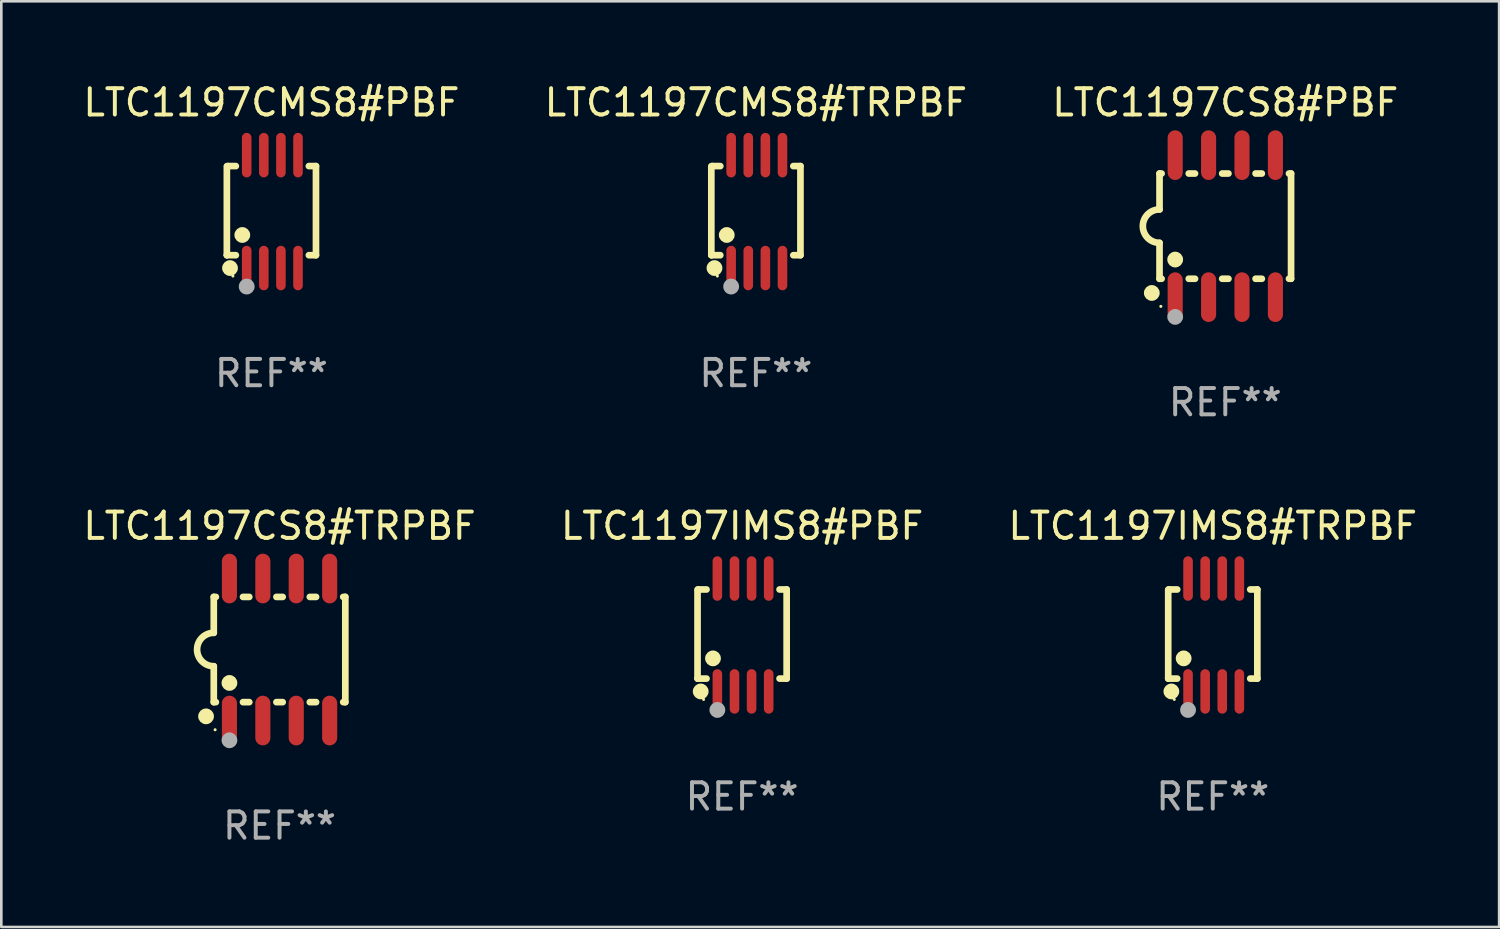
<source format=kicad_pcb>
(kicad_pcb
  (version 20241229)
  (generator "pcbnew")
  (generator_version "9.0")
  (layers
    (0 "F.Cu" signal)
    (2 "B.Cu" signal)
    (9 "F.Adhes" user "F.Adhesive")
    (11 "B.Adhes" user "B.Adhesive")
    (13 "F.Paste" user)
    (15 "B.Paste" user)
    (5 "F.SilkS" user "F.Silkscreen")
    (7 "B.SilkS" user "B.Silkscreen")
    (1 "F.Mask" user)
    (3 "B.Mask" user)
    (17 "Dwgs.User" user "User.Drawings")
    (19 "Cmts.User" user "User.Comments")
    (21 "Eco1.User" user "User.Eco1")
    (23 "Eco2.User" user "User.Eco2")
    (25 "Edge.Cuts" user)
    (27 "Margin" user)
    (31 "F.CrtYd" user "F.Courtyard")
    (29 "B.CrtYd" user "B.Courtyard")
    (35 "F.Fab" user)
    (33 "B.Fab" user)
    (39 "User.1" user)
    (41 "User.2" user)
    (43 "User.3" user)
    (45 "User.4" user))
  (footprint "LTC1197IMS8#PBF"
    (layer "F.Cu")
    (at 25.161 21.089)
    (property "Reference" "LTC1197IMS8#PBF" (at 0 -4.146 0) (layer "F.SilkS") (effects (font (size 1 1) (thickness 0.15))))
    (attr through_hole)
    (fp_line (start -1.694 -1.724) (end -1.694 1.652) (stroke (width 0.254) (type solid)) (layer "F.SilkS"))
    (fp_line (start -1.694 1.652) (end -1.688 1.658) (stroke (width 0.254) (type solid)) (layer "F.SilkS"))
    (fp_line (start -1.688 1.658) (end -1.353 1.658) (stroke (width 0.254) (type solid)) (layer "F.SilkS"))
    (fp_line (start -1.661 -1.73) (end -1.681 -1.71) (stroke (width 0.254) (type solid)) (layer "F.SilkS"))
    (fp_line (start -1.353 -1.73) (end -1.661 -1.73) (stroke (width 0.254) (type solid)) (layer "F.SilkS"))
    (fp_line (start 1.424 1.658) (end 1.694 1.658) (stroke (width 0.254) (type solid)) (layer "F.SilkS"))
    (fp_line (start 1.694 -1.73) (end 1.424 -1.73) (stroke (width 0.254) (type solid)) (layer "F.SilkS"))
    (fp_line (start 1.694 1.658) (end 1.694 -1.73) (stroke (width 0.254) (type solid)) (layer "F.SilkS"))
    (fp_circle (center -1.574 2.146) (end -1.424 2.146) (stroke (width 0.3) (type solid)) (fill no) (layer "F.SilkS"))
    (fp_circle (center -1.464 2.45) (end -1.434 2.45) (stroke (width 0.06) (type solid)) (fill no) (layer "F.SilkS"))
    (fp_circle (center -1.107 0.889) (end -0.957 0.889) (stroke (width 0.3) (type solid)) (fill no) (layer "F.SilkS"))
    (fp_circle (center -0.94 2.85) (end -0.789 2.85) (stroke (width 0.3) (type solid)) (fill no) (layer "F.Fab"))
    (fp_text user "REF**" (at 0 6.146 0) (layer "F.Fab") (effects (font (size 1 1) (thickness 0.15))))
    (pad "1" smd oval (at -0.94 2.146) (size 0.364 1.692) (layers "F.Cu" "F.Mask" "F.Paste"))
    (pad "2" smd oval (at -0.289 2.146) (size 0.364 1.692) (layers "F.Cu" "F.Mask" "F.Paste"))
    (pad "3" smd oval (at 0.361 2.146) (size 0.364 1.692) (layers "F.Cu" "F.Mask" "F.Paste"))
    (pad "4" smd oval (at 1.011 2.146) (size 0.364 1.692) (layers "F.Cu" "F.Mask" "F.Paste"))
    (pad "5" smd oval (at 1.011 -2.146) (size 0.364 1.692) (layers "F.Cu" "F.Mask" "F.Paste"))
    (pad "6" smd oval (at 0.361 -2.146) (size 0.364 1.692) (layers "F.Cu" "F.Mask" "F.Paste"))
    (pad "7" smd oval (at -0.289 -2.146) (size 0.364 1.692) (layers "F.Cu" "F.Mask" "F.Paste"))
    (pad "8" smd oval (at -0.94 -2.146) (size 0.364 1.692) (layers "F.Cu" "F.Mask" "F.Paste")))
  (footprint "LTC1197CS8#TRPBF"
    (layer "F.Cu")
    (at 7.577 21.642)
    (property "Reference" "LTC1197CS8#TRPBF" (at 0 -4.699 0) (layer "F.SilkS") (effects (font (size 1 1) (thickness 0.15))))
    (attr through_hole)
    (fp_line (start -2.5 -2) (end -2.5 -0.635) (stroke (width 0.254) (type solid)) (layer "F.SilkS"))
    (fp_line (start -2.5 -2) (end -2.421 -2) (stroke (width 0.254) (type solid)) (layer "F.SilkS"))
    (fp_line (start -2.5 2) (end -2.5 0.635) (stroke (width 0.254) (type solid)) (layer "F.SilkS"))
    (fp_line (start -2.5 2) (end -2.421 2) (stroke (width 0.254) (type solid)) (layer "F.SilkS"))
    (fp_line (start -1.389 -2) (end -1.151 -2) (stroke (width 0.254) (type solid)) (layer "F.SilkS"))
    (fp_line (start -1.389 2) (end -1.151 2) (stroke (width 0.254) (type solid)) (layer "F.SilkS"))
    (fp_line (start -0.119 -2) (end 0.119 -2) (stroke (width 0.254) (type solid)) (layer "F.SilkS"))
    (fp_line (start -0.119 2) (end 0.119 2) (stroke (width 0.254) (type solid)) (layer "F.SilkS"))
    (fp_line (start 1.151 -2) (end 1.389 -2) (stroke (width 0.254) (type solid)) (layer "F.SilkS"))
    (fp_line (start 1.151 2) (end 1.389 2) (stroke (width 0.254) (type solid)) (layer "F.SilkS"))
    (fp_line (start 2.421 -2) (end 2.5 -2) (stroke (width 0.254) (type solid)) (layer "F.SilkS"))
    (fp_line (start 2.421 2) (end 2.5 2) (stroke (width 0.254) (type solid)) (layer "F.SilkS"))
    (fp_line (start 2.5 -2) (end 2.5 2) (stroke (width 0.254) (type solid)) (layer "F.SilkS"))
    (fp_arc (start -2.5 0.635001) (mid -3.134366 -0.000318) (end -2.499365 -0.635001) (stroke (width 0.254001) (type solid)) (layer "F.SilkS"))
    (fp_circle (center -2.794 2.54) (end -2.644 2.54) (stroke (width 0.3) (type solid)) (fill no) (layer "F.SilkS"))
    (fp_circle (center -2.45 3.05) (end -2.42 3.05) (stroke (width 0.06) (type solid)) (fill no) (layer "F.SilkS"))
    (fp_circle (center -1.905 1.27) (end -1.755 1.27) (stroke (width 0.3) (type solid)) (fill no) (layer "F.SilkS"))
    (fp_circle (center -1.905 3.45) (end -1.755 3.45) (stroke (width 0.3) (type solid)) (fill no) (layer "F.Fab"))
    (fp_text user "REF**" (at 0 6.699 0) (layer "F.Fab") (effects (font (size 1 1) (thickness 0.15))))
    (pad "1" smd oval (at -1.905 2.699) (size 0.574 1.888) (layers "F.Cu" "F.Mask" "F.Paste"))
    (pad "2" smd oval (at -0.635 2.699) (size 0.574 1.888) (layers "F.Cu" "F.Mask" "F.Paste"))
    (pad "3" smd oval (at 0.635 2.699) (size 0.574 1.888) (layers "F.Cu" "F.Mask" "F.Paste"))
    (pad "4" smd oval (at 1.905 2.699) (size 0.574 1.888) (layers "F.Cu" "F.Mask" "F.Paste"))
    (pad "5" smd oval (at 1.905 -2.699) (size 0.574 1.888) (layers "F.Cu" "F.Mask" "F.Paste"))
    (pad "6" smd oval (at 0.635 -2.699) (size 0.574 1.888) (layers "F.Cu" "F.Mask" "F.Paste"))
    (pad "7" smd oval (at -0.635 -2.699) (size 0.574 1.888) (layers "F.Cu" "F.Mask" "F.Paste"))
    (pad "8" smd oval (at -1.905 -2.699) (size 0.574 1.888) (layers "F.Cu" "F.Mask" "F.Paste")))
  (footprint "LTC1197CMS8#TRPBF"
    (layer "F.Cu")
    (at 25.685 4.994)
    (property "Reference" "LTC1197CMS8#TRPBF" (at 0 -4.146 0) (layer "F.SilkS") (effects (font (size 1 1) (thickness 0.15))))
    (attr through_hole)
    (fp_line (start -1.694 -1.724) (end -1.694 1.652) (stroke (width 0.254) (type solid)) (layer "F.SilkS"))
    (fp_line (start -1.694 1.652) (end -1.688 1.658) (stroke (width 0.254) (type solid)) (layer "F.SilkS"))
    (fp_line (start -1.688 1.658) (end -1.353 1.658) (stroke (width 0.254) (type solid)) (layer "F.SilkS"))
    (fp_line (start -1.661 -1.73) (end -1.681 -1.71) (stroke (width 0.254) (type solid)) (layer "F.SilkS"))
    (fp_line (start -1.353 -1.73) (end -1.661 -1.73) (stroke (width 0.254) (type solid)) (layer "F.SilkS"))
    (fp_line (start 1.424 1.658) (end 1.694 1.658) (stroke (width 0.254) (type solid)) (layer "F.SilkS"))
    (fp_line (start 1.694 -1.73) (end 1.424 -1.73) (stroke (width 0.254) (type solid)) (layer "F.SilkS"))
    (fp_line (start 1.694 1.658) (end 1.694 -1.73) (stroke (width 0.254) (type solid)) (layer "F.SilkS"))
    (fp_circle (center -1.574 2.146) (end -1.424 2.146) (stroke (width 0.3) (type solid)) (fill no) (layer "F.SilkS"))
    (fp_circle (center -1.464 2.45) (end -1.434 2.45) (stroke (width 0.06) (type solid)) (fill no) (layer "F.SilkS"))
    (fp_circle (center -1.107 0.889) (end -0.957 0.889) (stroke (width 0.3) (type solid)) (fill no) (layer "F.SilkS"))
    (fp_circle (center -0.94 2.85) (end -0.789 2.85) (stroke (width 0.3) (type solid)) (fill no) (layer "F.Fab"))
    (fp_text user "REF**" (at 0 6.146 0) (layer "F.Fab") (effects (font (size 1 1) (thickness 0.15))))
    (pad "1" smd oval (at -0.94 2.146) (size 0.364 1.692) (layers "F.Cu" "F.Mask" "F.Paste"))
    (pad "2" smd oval (at -0.289 2.146) (size 0.364 1.692) (layers "F.Cu" "F.Mask" "F.Paste"))
    (pad "3" smd oval (at 0.361 2.146) (size 0.364 1.692) (layers "F.Cu" "F.Mask" "F.Paste"))
    (pad "4" smd oval (at 1.011 2.146) (size 0.364 1.692) (layers "F.Cu" "F.Mask" "F.Paste"))
    (pad "5" smd oval (at 1.011 -2.146) (size 0.364 1.692) (layers "F.Cu" "F.Mask" "F.Paste"))
    (pad "6" smd oval (at 0.361 -2.146) (size 0.364 1.692) (layers "F.Cu" "F.Mask" "F.Paste"))
    (pad "7" smd oval (at -0.289 -2.146) (size 0.364 1.692) (layers "F.Cu" "F.Mask" "F.Paste"))
    (pad "8" smd oval (at -0.94 -2.146) (size 0.364 1.692) (layers "F.Cu" "F.Mask" "F.Paste")))
  (footprint "LTC1197CS8#PBF"
    (layer "F.Cu")
    (at 43.53 5.547)
    (property "Reference" "LTC1197CS8#PBF" (at 0 -4.699 0) (layer "F.SilkS") (effects (font (size 1 1) (thickness 0.15))))
    (attr through_hole)
    (fp_line (start -2.5 -2) (end -2.5 -0.635) (stroke (width 0.254) (type solid)) (layer "F.SilkS"))
    (fp_line (start -2.5 -2) (end -2.421 -2) (stroke (width 0.254) (type solid)) (layer "F.SilkS"))
    (fp_line (start -2.5 2) (end -2.5 0.635) (stroke (width 0.254) (type solid)) (layer "F.SilkS"))
    (fp_line (start -2.5 2) (end -2.421 2) (stroke (width 0.254) (type solid)) (layer "F.SilkS"))
    (fp_line (start -1.389 -2) (end -1.151 -2) (stroke (width 0.254) (type solid)) (layer "F.SilkS"))
    (fp_line (start -1.389 2) (end -1.151 2) (stroke (width 0.254) (type solid)) (layer "F.SilkS"))
    (fp_line (start -0.119 -2) (end 0.119 -2) (stroke (width 0.254) (type solid)) (layer "F.SilkS"))
    (fp_line (start -0.119 2) (end 0.119 2) (stroke (width 0.254) (type solid)) (layer "F.SilkS"))
    (fp_line (start 1.151 -2) (end 1.389 -2) (stroke (width 0.254) (type solid)) (layer "F.SilkS"))
    (fp_line (start 1.151 2) (end 1.389 2) (stroke (width 0.254) (type solid)) (layer "F.SilkS"))
    (fp_line (start 2.421 -2) (end 2.5 -2) (stroke (width 0.254) (type solid)) (layer "F.SilkS"))
    (fp_line (start 2.421 2) (end 2.5 2) (stroke (width 0.254) (type solid)) (layer "F.SilkS"))
    (fp_line (start 2.5 -2) (end 2.5 2) (stroke (width 0.254) (type solid)) (layer "F.SilkS"))
    (fp_arc (start -2.5 0.635001) (mid -3.134366 -0.000318) (end -2.499365 -0.635001) (stroke (width 0.254001) (type solid)) (layer "F.SilkS"))
    (fp_circle (center -2.794 2.54) (end -2.644 2.54) (stroke (width 0.3) (type solid)) (fill no) (layer "F.SilkS"))
    (fp_circle (center -2.45 3.05) (end -2.42 3.05) (stroke (width 0.06) (type solid)) (fill no) (layer "F.SilkS"))
    (fp_circle (center -1.905 1.27) (end -1.755 1.27) (stroke (width 0.3) (type solid)) (fill no) (layer "F.SilkS"))
    (fp_circle (center -1.905 3.45) (end -1.755 3.45) (stroke (width 0.3) (type solid)) (fill no) (layer "F.Fab"))
    (fp_text user "REF**" (at 0 6.699 0) (layer "F.Fab") (effects (font (size 1 1) (thickness 0.15))))
    (pad "1" smd oval (at -1.905 2.699) (size 0.574 1.888) (layers "F.Cu" "F.Mask" "F.Paste"))
    (pad "2" smd oval (at -0.635 2.699) (size 0.574 1.888) (layers "F.Cu" "F.Mask" "F.Paste"))
    (pad "3" smd oval (at 0.635 2.699) (size 0.574 1.888) (layers "F.Cu" "F.Mask" "F.Paste"))
    (pad "4" smd oval (at 1.905 2.699) (size 0.574 1.888) (layers "F.Cu" "F.Mask" "F.Paste"))
    (pad "5" smd oval (at 1.905 -2.699) (size 0.574 1.888) (layers "F.Cu" "F.Mask" "F.Paste"))
    (pad "6" smd oval (at 0.635 -2.699) (size 0.574 1.888) (layers "F.Cu" "F.Mask" "F.Paste"))
    (pad "7" smd oval (at -0.635 -2.699) (size 0.574 1.888) (layers "F.Cu" "F.Mask" "F.Paste"))
    (pad "8" smd oval (at -1.905 -2.699) (size 0.574 1.888) (layers "F.Cu" "F.Mask" "F.Paste")))
  (footprint "LTC1197IMS8#TRPBF"
    (layer "F.Cu")
    (at 43.054 21.089)
    (property "Reference" "LTC1197IMS8#TRPBF" (at 0 -4.146 0) (layer "F.SilkS") (effects (font (size 1 1) (thickness 0.15))))
    (attr through_hole)
    (fp_line (start -1.694 -1.724) (end -1.694 1.652) (stroke (width 0.254) (type solid)) (layer "F.SilkS"))
    (fp_line (start -1.694 1.652) (end -1.688 1.658) (stroke (width 0.254) (type solid)) (layer "F.SilkS"))
    (fp_line (start -1.688 1.658) (end -1.353 1.658) (stroke (width 0.254) (type solid)) (layer "F.SilkS"))
    (fp_line (start -1.661 -1.73) (end -1.681 -1.71) (stroke (width 0.254) (type solid)) (layer "F.SilkS"))
    (fp_line (start -1.353 -1.73) (end -1.661 -1.73) (stroke (width 0.254) (type solid)) (layer "F.SilkS"))
    (fp_line (start 1.424 1.658) (end 1.694 1.658) (stroke (width 0.254) (type solid)) (layer "F.SilkS"))
    (fp_line (start 1.694 -1.73) (end 1.424 -1.73) (stroke (width 0.254) (type solid)) (layer "F.SilkS"))
    (fp_line (start 1.694 1.658) (end 1.694 -1.73) (stroke (width 0.254) (type solid)) (layer "F.SilkS"))
    (fp_circle (center -1.574 2.146) (end -1.424 2.146) (stroke (width 0.3) (type solid)) (fill no) (layer "F.SilkS"))
    (fp_circle (center -1.464 2.45) (end -1.434 2.45) (stroke (width 0.06) (type solid)) (fill no) (layer "F.SilkS"))
    (fp_circle (center -1.107 0.889) (end -0.957 0.889) (stroke (width 0.3) (type solid)) (fill no) (layer "F.SilkS"))
    (fp_circle (center -0.94 2.85) (end -0.789 2.85) (stroke (width 0.3) (type solid)) (fill no) (layer "F.Fab"))
    (fp_text user "REF**" (at 0 6.146 0) (layer "F.Fab") (effects (font (size 1 1) (thickness 0.15))))
    (pad "1" smd oval (at -0.94 2.146) (size 0.364 1.692) (layers "F.Cu" "F.Mask" "F.Paste"))
    (pad "2" smd oval (at -0.289 2.146) (size 0.364 1.692) (layers "F.Cu" "F.Mask" "F.Paste"))
    (pad "3" smd oval (at 0.361 2.146) (size 0.364 1.692) (layers "F.Cu" "F.Mask" "F.Paste"))
    (pad "4" smd oval (at 1.011 2.146) (size 0.364 1.692) (layers "F.Cu" "F.Mask" "F.Paste"))
    (pad "5" smd oval (at 1.011 -2.146) (size 0.364 1.692) (layers "F.Cu" "F.Mask" "F.Paste"))
    (pad "6" smd oval (at 0.361 -2.146) (size 0.364 1.692) (layers "F.Cu" "F.Mask" "F.Paste"))
    (pad "7" smd oval (at -0.289 -2.146) (size 0.364 1.692) (layers "F.Cu" "F.Mask" "F.Paste"))
    (pad "8" smd oval (at -0.94 -2.146) (size 0.364 1.692) (layers "F.Cu" "F.Mask" "F.Paste")))
  (footprint "LTC1197CMS8#PBF"
    (layer "F.Cu")
    (at 7.268 4.994)
    (property "Reference" "LTC1197CMS8#PBF" (at 0 -4.146 0) (layer "F.SilkS") (effects (font (size 1 1) (thickness 0.15))))
    (attr through_hole)
    (fp_line (start -1.694 -1.724) (end -1.694 1.652) (stroke (width 0.254) (type solid)) (layer "F.SilkS"))
    (fp_line (start -1.694 1.652) (end -1.688 1.658) (stroke (width 0.254) (type solid)) (layer "F.SilkS"))
    (fp_line (start -1.688 1.658) (end -1.353 1.658) (stroke (width 0.254) (type solid)) (layer "F.SilkS"))
    (fp_line (start -1.661 -1.73) (end -1.681 -1.71) (stroke (width 0.254) (type solid)) (layer "F.SilkS"))
    (fp_line (start -1.353 -1.73) (end -1.661 -1.73) (stroke (width 0.254) (type solid)) (layer "F.SilkS"))
    (fp_line (start 1.424 1.658) (end 1.694 1.658) (stroke (width 0.254) (type solid)) (layer "F.SilkS"))
    (fp_line (start 1.694 -1.73) (end 1.424 -1.73) (stroke (width 0.254) (type solid)) (layer "F.SilkS"))
    (fp_line (start 1.694 1.658) (end 1.694 -1.73) (stroke (width 0.254) (type solid)) (layer "F.SilkS"))
    (fp_circle (center -1.574 2.146) (end -1.424 2.146) (stroke (width 0.3) (type solid)) (fill no) (layer "F.SilkS"))
    (fp_circle (center -1.464 2.45) (end -1.434 2.45) (stroke (width 0.06) (type solid)) (fill no) (layer "F.SilkS"))
    (fp_circle (center -1.107 0.889) (end -0.957 0.889) (stroke (width 0.3) (type solid)) (fill no) (layer "F.SilkS"))
    (fp_circle (center -0.94 2.85) (end -0.789 2.85) (stroke (width 0.3) (type solid)) (fill no) (layer "F.Fab"))
    (fp_text user "REF**" (at 0 6.146 0) (layer "F.Fab") (effects (font (size 1 1) (thickness 0.15))))
    (pad "1" smd oval (at -0.94 2.146) (size 0.364 1.692) (layers "F.Cu" "F.Mask" "F.Paste"))
    (pad "2" smd oval (at -0.289 2.146) (size 0.364 1.692) (layers "F.Cu" "F.Mask" "F.Paste"))
    (pad "3" smd oval (at 0.361 2.146) (size 0.364 1.692) (layers "F.Cu" "F.Mask" "F.Paste"))
    (pad "4" smd oval (at 1.011 2.146) (size 0.364 1.692) (layers "F.Cu" "F.Mask" "F.Paste"))
    (pad "5" smd oval (at 1.011 -2.146) (size 0.364 1.692) (layers "F.Cu" "F.Mask" "F.Paste"))
    (pad "6" smd oval (at 0.361 -2.146) (size 0.364 1.692) (layers "F.Cu" "F.Mask" "F.Paste"))
    (pad "7" smd oval (at -0.289 -2.146) (size 0.364 1.692) (layers "F.Cu" "F.Mask" "F.Paste"))
    (pad "8" smd oval (at -0.94 -2.146) (size 0.364 1.692) (layers "F.Cu" "F.Mask" "F.Paste")))
  (gr_rect
    (start -3 -3)
    (end 53.94 32.189)
    (stroke (width 0.1) (type default))
    (fill no)
    (layer "Edge.Cuts")))
</source>
